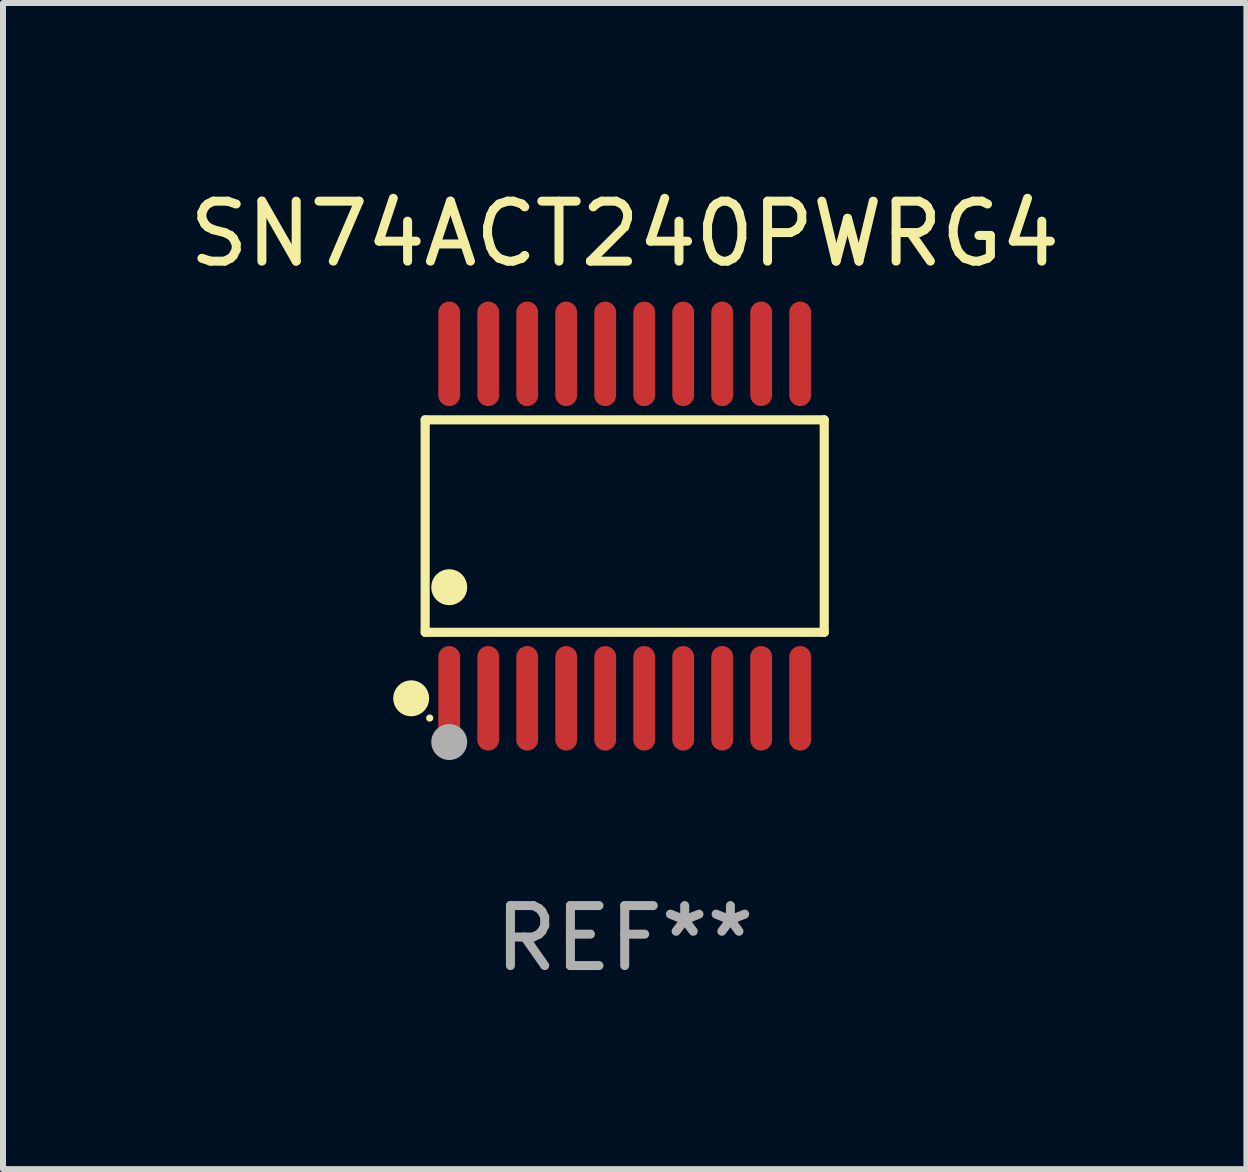
<source format=kicad_pcb>
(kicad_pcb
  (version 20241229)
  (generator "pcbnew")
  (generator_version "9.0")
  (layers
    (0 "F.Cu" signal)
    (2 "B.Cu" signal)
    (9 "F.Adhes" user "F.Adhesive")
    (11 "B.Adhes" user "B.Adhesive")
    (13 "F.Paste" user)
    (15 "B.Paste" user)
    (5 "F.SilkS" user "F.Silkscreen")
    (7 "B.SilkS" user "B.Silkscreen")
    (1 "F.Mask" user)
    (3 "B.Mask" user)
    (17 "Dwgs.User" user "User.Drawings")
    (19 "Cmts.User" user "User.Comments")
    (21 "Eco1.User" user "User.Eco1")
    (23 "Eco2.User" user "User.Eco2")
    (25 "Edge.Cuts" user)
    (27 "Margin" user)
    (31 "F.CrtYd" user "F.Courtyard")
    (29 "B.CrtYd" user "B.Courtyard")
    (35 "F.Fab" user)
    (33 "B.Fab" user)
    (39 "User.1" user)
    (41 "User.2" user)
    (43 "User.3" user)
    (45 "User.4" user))
  (footprint "SN74ACT240PWRG4"
    (layer "F.Cu")
    (at 7.363 5.719)
    (property "Reference" "SN74ACT240PWRG4" (at 0 -4.871 0) (layer "F.SilkS") (effects (font (size 1 1) (thickness 0.15))))
    (attr through_hole)
    (fp_line (start -3.326 -1.771) (end 3.326 -1.771) (stroke (width 0.152) (type solid)) (layer "F.SilkS"))
    (fp_line (start -3.326 1.771) (end -3.326 -1.771) (stroke (width 0.152) (type solid)) (layer "F.SilkS"))
    (fp_line (start 3.326 -1.771) (end 3.326 1.771) (stroke (width 0.152) (type solid)) (layer "F.SilkS"))
    (fp_line (start 3.326 1.771) (end -3.326 1.771) (stroke (width 0.152) (type solid)) (layer "F.SilkS"))
    (fp_circle (center -3.559 2.871) (end -3.409 2.871) (stroke (width 0.3) (type solid)) (fill no) (layer "F.SilkS"))
    (fp_circle (center -3.25 3.2) (end -3.22 3.2) (stroke (width 0.06) (type solid)) (fill no) (layer "F.SilkS"))
    (fp_circle (center -2.925 1.019) (end -2.775 1.019) (stroke (width 0.3) (type solid)) (fill no) (layer "F.SilkS"))
    (fp_circle (center -2.925 3.6) (end -2.775 3.6) (stroke (width 0.3) (type solid)) (fill no) (layer "F.Fab"))
    (fp_text user "REF**" (at 0 6.871 0) (layer "F.Fab") (effects (font (size 1 1) (thickness 0.15))))
    (pad "1" smd oval (at -2.925 2.871) (size 0.364 1.742) (layers "F.Cu" "F.Mask" "F.Paste"))
    (pad "2" smd oval (at -2.275 2.871) (size 0.364 1.742) (layers "F.Cu" "F.Mask" "F.Paste"))
    (pad "3" smd oval (at -1.625 2.871) (size 0.364 1.742) (layers "F.Cu" "F.Mask" "F.Paste"))
    (pad "4" smd oval (at -0.975 2.871) (size 0.364 1.742) (layers "F.Cu" "F.Mask" "F.Paste"))
    (pad "5" smd oval (at -0.325 2.871) (size 0.364 1.742) (layers "F.Cu" "F.Mask" "F.Paste"))
    (pad "6" smd oval (at 0.325 2.871) (size 0.364 1.742) (layers "F.Cu" "F.Mask" "F.Paste"))
    (pad "7" smd oval (at 0.975 2.871) (size 0.364 1.742) (layers "F.Cu" "F.Mask" "F.Paste"))
    (pad "8" smd oval (at 1.625 2.871) (size 0.364 1.742) (layers "F.Cu" "F.Mask" "F.Paste"))
    (pad "9" smd oval (at 2.275 2.871) (size 0.364 1.742) (layers "F.Cu" "F.Mask" "F.Paste"))
    (pad "10" smd oval (at 2.925 2.871) (size 0.364 1.742) (layers "F.Cu" "F.Mask" "F.Paste"))
    (pad "11" smd oval (at 2.925 -2.871) (size 0.364 1.742) (layers "F.Cu" "F.Mask" "F.Paste"))
    (pad "12" smd oval (at 2.275 -2.871) (size 0.364 1.742) (layers "F.Cu" "F.Mask" "F.Paste"))
    (pad "13" smd oval (at 1.625 -2.871) (size 0.364 1.742) (layers "F.Cu" "F.Mask" "F.Paste"))
    (pad "14" smd oval (at 0.975 -2.871) (size 0.364 1.742) (layers "F.Cu" "F.Mask" "F.Paste"))
    (pad "15" smd oval (at 0.325 -2.871) (size 0.364 1.742) (layers "F.Cu" "F.Mask" "F.Paste"))
    (pad "16" smd oval (at -0.325 -2.871) (size 0.364 1.742) (layers "F.Cu" "F.Mask" "F.Paste"))
    (pad "17" smd oval (at -0.975 -2.871) (size 0.364 1.742) (layers "F.Cu" "F.Mask" "F.Paste"))
    (pad "18" smd oval (at -1.625 -2.871) (size 0.364 1.742) (layers "F.Cu" "F.Mask" "F.Paste"))
    (pad "19" smd oval (at -2.275 -2.871) (size 0.364 1.742) (layers "F.Cu" "F.Mask" "F.Paste"))
    (pad "20" smd oval (at -2.925 -2.871) (size 0.364 1.742) (layers "F.Cu" "F.Mask" "F.Paste")))
  (gr_rect
    (start -3 -3)
    (end 17.726 16.438)
    (stroke (width 0.1) (type default))
    (fill no)
    (layer "Edge.Cuts")))
</source>
